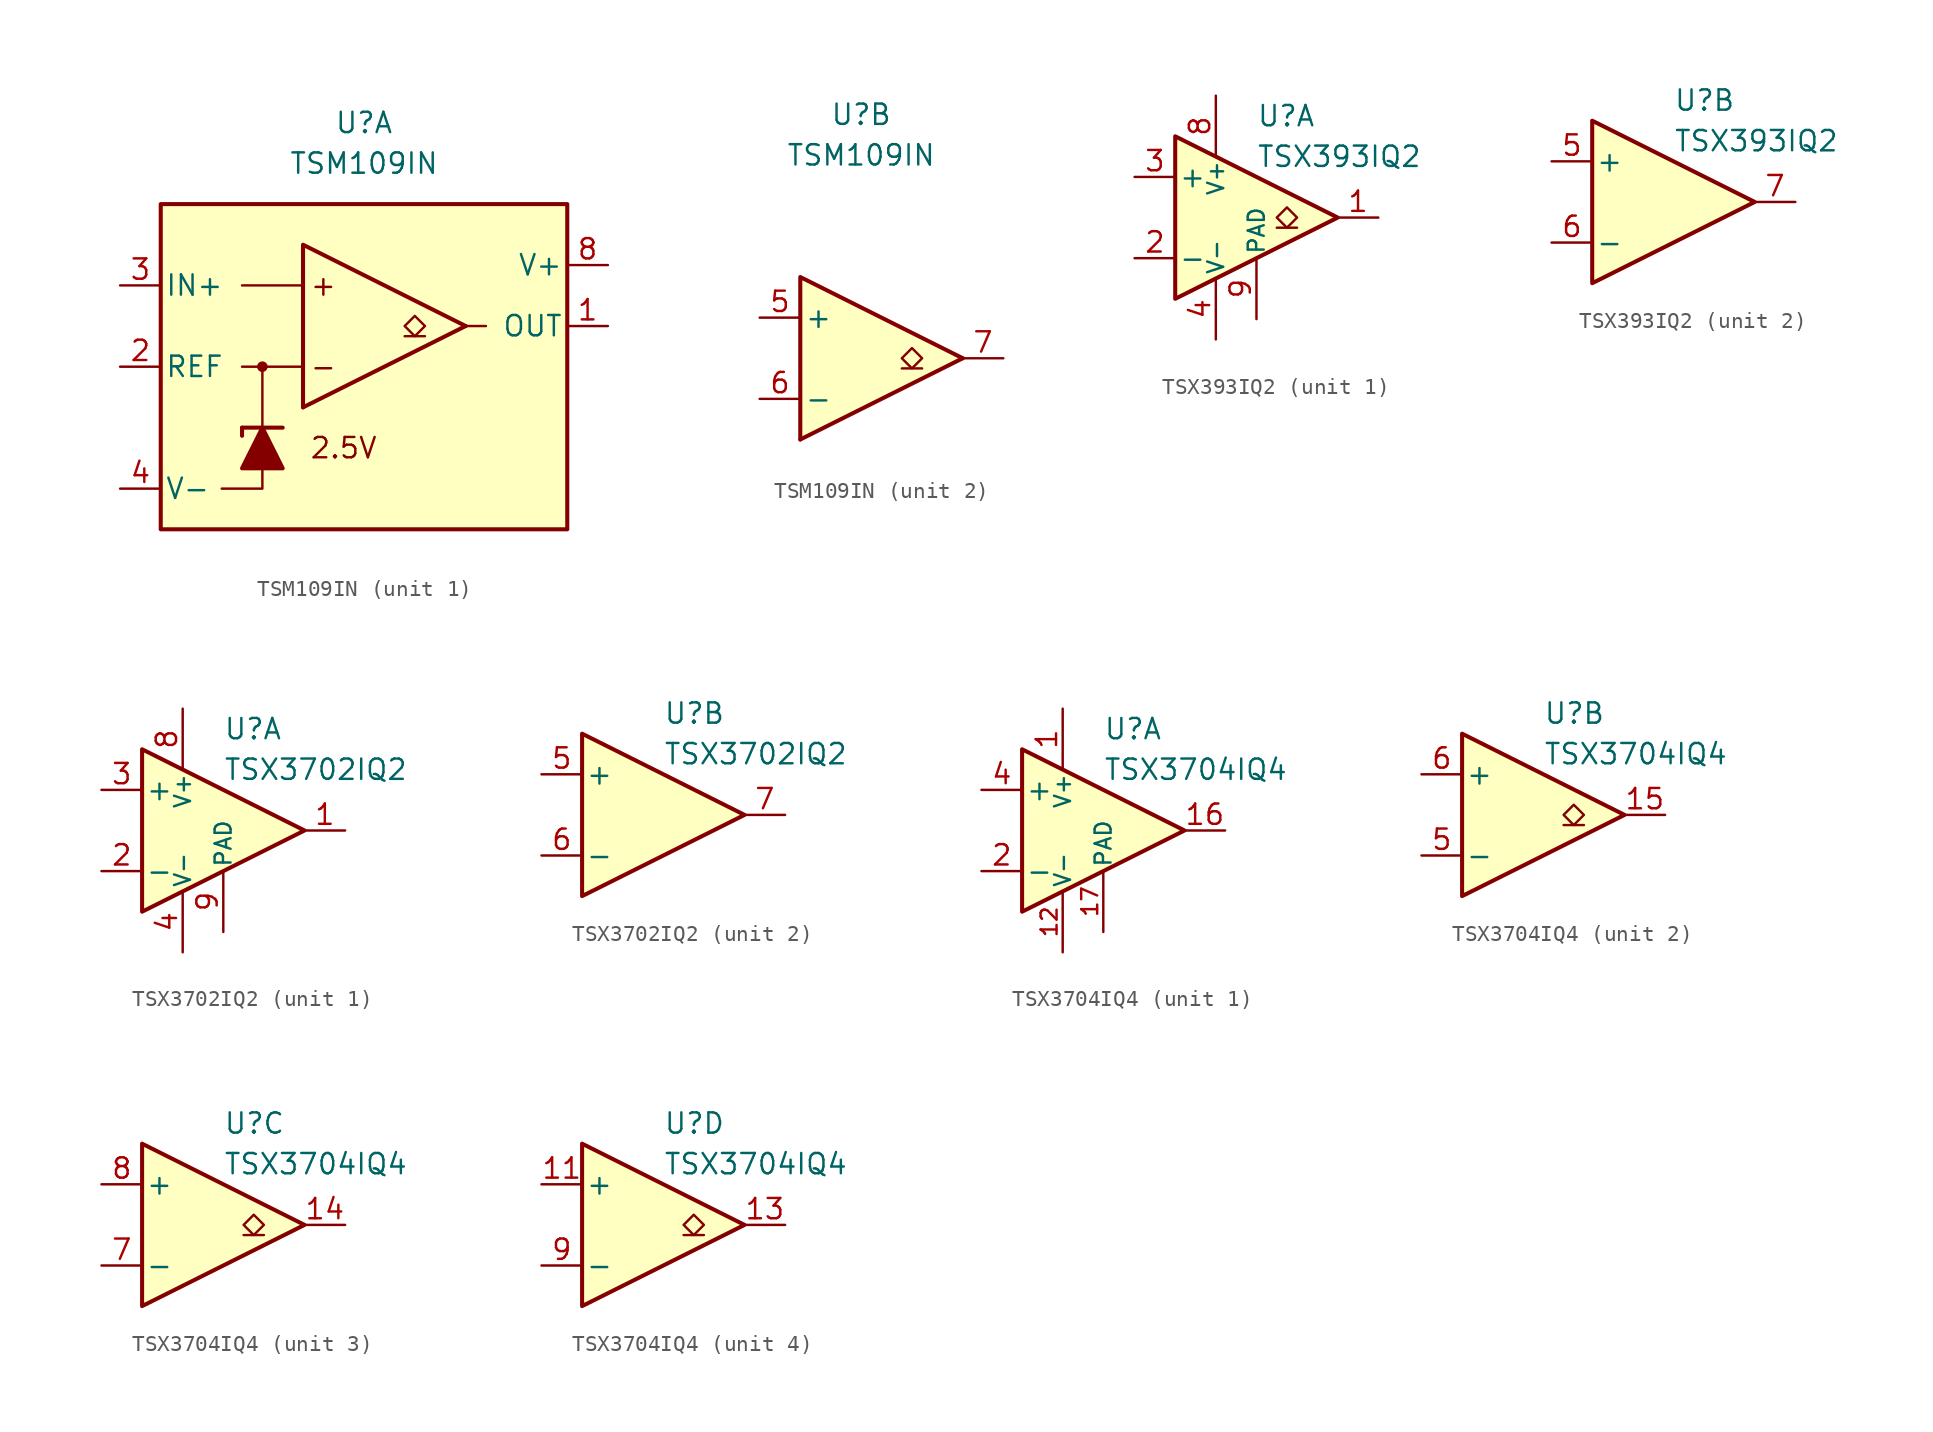
<source format=kicad_sym>
(kicad_symbol_lib
  (version 20211014)
  (generator kicad_symbol_editor)
  (symbol "TSM109IN"
    (pin_names
      (offset 0.254))
    (property "Reference" "U"
      (at 0 15.24 0)
      (effects (font (size 1.27 1.27))))
    (property "Value" "TSM109IN"
      (at 0 12.7 0)
      (effects (font (size 1.27 1.27))))
    (property "ki_locked" ""
      (at 0 0 0)
      (effects (font (size 1.27 1.27))))
    (symbol "TSM109IN_1_0"
      (circle (center -6.35 0) (radius 0.254) (stroke (width 0.152) (type default) (color 0 0 0 0)) (fill (type outline)))
      (polyline (pts (xy 6.35 2.54) (xy -3.81 -2.54)) (stroke (width 0.254) (type default) (color 0 0 0 0)) (fill (type none)))
      (polyline (pts (xy 6.35 2.54) (xy -3.81 7.62) (xy -3.81 -2.54)) (stroke (width 0.254) (type default) (color 0 0 0 0)) (fill (type background))))
    (symbol "TSM109IN_1_1"
      (rectangle (start -12.7 10.16) (end 12.7 -10.16) (stroke (width 0.254) (type default) (color 0 0 0 0)) (fill (type background)))
      (polyline (pts (xy -7.62 -3.81) (xy -7.62 -4.318)) (stroke (width 0.254) (type default) (color 0 0 0 0)) (fill (type none)))
      (polyline (pts (xy -7.62 -3.81) (xy -5.08 -3.81)) (stroke (width 0.254) (type default) (color 0 0 0 0)) (fill (type none)))
      (polyline (pts (xy -6.35 -3.81) (xy -6.35 0)) (stroke (width 0.152) (type default) (color 0 0 0 0)) (fill (type none)))
      (polyline (pts (xy -3.81 0) (xy -7.62 0)) (stroke (width 0) (type default) (color 0 0 0 0)) (fill (type none)))
      (polyline (pts (xy -3.81 5.08) (xy -7.62 5.08)) (stroke (width 0) (type default) (color 0 0 0 0)) (fill (type none)))
      (polyline (pts (xy 3.81 1.905) (xy 2.54 1.905)) (stroke (width 0.152) (type default) (color 0 0 0 0)) (fill (type none)))
      (polyline (pts (xy 6.35 2.54) (xy 7.62 2.54)) (stroke (width 0) (type default) (color 0 0 0 0)) (fill (type none)))
      (polyline (pts (xy -6.35 -6.35) (xy -6.35 -7.62) (xy -8.89 -7.62)) (stroke (width 0) (type default) (color 0 0 0 0)) (fill (type none)))
      (polyline (pts (xy -5.08 -6.35) (xy -7.62 -6.35) (xy -6.35 -3.81) (xy -5.08 -6.35)) (stroke (width 0.254) (type default) (color 0 0 0 0)) (fill (type outline)))
      (polyline (pts (xy 3.175 1.905) (xy 2.54 2.54) (xy 3.175 3.175) (xy 3.81 2.54) (xy 3.175 1.905)) (stroke (width 0.152) (type default) (color 0 0 0 0)) (fill (type none)))
      (text "+" (at -2.54 5.08 0) (effects (font (size 1.27 1.27))))
      (text "-" (at -2.54 0 0) (effects (font (size 1.27 1.27))))
      (text "2.5V" (at -1.27 -5.08 0) (effects (font (size 1.27 1.27))))
      (pin output line (at 15.24 2.54 180) (length 2.54) (name "OUT" (effects (font (size 1.27 1.27)))) (number "1" (effects (font (size 1.27 1.27)))))
      (pin output line (at -15.24 0 0) (length 2.54) (name "REF" (effects (font (size 1.27 1.27)))) (number "2" (effects (font (size 1.27 1.27)))))
      (pin input line (at -15.24 5.08 0) (length 2.54) (name "IN+" (effects (font (size 1.27 1.27)))) (number "3" (effects (font (size 1.27 1.27)))))
      (pin power_in line (at -15.24 -7.62 0) (length 2.54) (name "V-" (effects (font (size 1.27 1.27)))) (number "4" (effects (font (size 1.27 1.27)))))
      (pin power_in line (at 15.24 6.35 180) (length 2.54) (name "V+" (effects (font (size 1.27 1.27)))) (number "8" (effects (font (size 1.27 1.27))))))
    (symbol "TSM109IN_2_0"
      (polyline (pts (xy 6.35 0) (xy -3.81 -5.08)) (stroke (width 0.254) (type default) (color 0 0 0 0)) (fill (type none)))
      (polyline (pts (xy 6.35 0) (xy -3.81 5.08) (xy -3.81 -5.08)) (stroke (width 0.254) (type default) (color 0 0 0 0)) (fill (type background))))
    (symbol "TSM109IN_2_1"
      (polyline (pts (xy 3.81 -0.635) (xy 2.54 -0.635)) (stroke (width 0.152) (type default) (color 0 0 0 0)) (fill (type none)))
      (polyline (pts (xy 3.175 -0.635) (xy 2.54 0) (xy 3.175 0.635) (xy 3.81 0) (xy 3.175 -0.635)) (stroke (width 0.152) (type default) (color 0 0 0 0)) (fill (type none)))
      (pin input line (at -6.35 2.54 0) (length 2.54) (name "+" (effects (font (size 1.27 1.27)))) (number "5" (effects (font (size 1.27 1.27)))))
      (pin input line (at -6.35 -2.54 0) (length 2.54) (name "-" (effects (font (size 1.27 1.27)))) (number "6" (effects (font (size 1.27 1.27)))))
      (pin output line (at 8.89 0 180) (length 2.54) (name "~" (effects (font (size 1.27 1.27)))) (number "7" (effects (font (size 1.27 1.27)))))))
  (symbol "TSX393IQ2"
    (pin_names
      (offset 0.2))
    (property "Reference" "U"
      (at 1.27 6.35 0)
      (effects (font (size 1.27 1.27)) (justify left)))
    (property "Value" "TSX393IQ2"
      (at 1.27 3.81 0)
      (effects (font (size 1.27 1.27)) (justify left)))
    (property "ki_locked" ""
      (at 0 0 0)
      (effects (font (size 1.27 1.27))))
    (symbol "TSX393IQ2_0_1"
      (polyline (pts (xy -3.81 5.08) (xy -3.81 -5.08) (xy 6.35 0) (xy -3.81 5.08)) (stroke (width 0.254) (type default) (color 0 0 0 0)) (fill (type background))))
    (symbol "TSX393IQ2_1_1"
      (polyline (pts (xy 3.81 -0.635) (xy 2.54 -0.635)) (stroke (width 0.152) (type default) (color 0 0 0 0)) (fill (type none)))
      (polyline (pts (xy 3.175 -0.635) (xy 2.54 0) (xy 3.175 0.635) (xy 3.81 0) (xy 3.175 -0.635)) (stroke (width 0.152) (type default) (color 0 0 0 0)) (fill (type none)))
      (pin output line (at 8.89 0 180) (length 2.54) (name "~" (effects (font (size 1.27 1.27)))) (number "1" (effects (font (size 1.27 1.27)))))
      (pin input line (at -6.35 -2.54 0) (length 2.54) (name "-" (effects (font (size 1.27 1.27)))) (number "2" (effects (font (size 1.27 1.27)))))
      (pin input line (at -6.35 2.54 0) (length 2.54) (name "+" (effects (font (size 1.27 1.27)))) (number "3" (effects (font (size 1.27 1.27)))))
      (pin power_in line (at -1.27 -7.62 90) (length 3.81) (name "V-" (effects (font (size 1 1)))) (number "4" (effects (font (size 1.27 1.27)))))
      (pin power_in line (at -1.27 7.62 270) (length 3.81) (name "V+" (effects (font (size 1 1)))) (number "8" (effects (font (size 1.27 1.27)))))
      (pin power_in line (at 1.27 -6.35 90) (length 3.81) (name "PAD" (effects (font (size 1 1)))) (number "9" (effects (font (size 1.27 1.27))))))
    (symbol "TSX393IQ2_2_1"
      (pin input line (at -6.35 2.54 0) (length 2.54) (name "+" (effects (font (size 1.27 1.27)))) (number "5" (effects (font (size 1.27 1.27)))))
      (pin input line (at -6.35 -2.54 0) (length 2.54) (name "-" (effects (font (size 1.27 1.27)))) (number "6" (effects (font (size 1.27 1.27)))))
      (pin output line (at 8.89 0 180) (length 2.54) (name "~" (effects (font (size 1.27 1.27)))) (number "7" (effects (font (size 1.27 1.27)))))))
  (symbol "TSX3702IQ2"
    (pin_names
      (offset 0.2))
    (property "Reference" "U"
      (at 1.27 6.35 0)
      (effects (font (size 1.27 1.27)) (justify left)))
    (property "Value" "TSX3702IQ2"
      (at 1.27 3.81 0)
      (effects (font (size 1.27 1.27)) (justify left)))
    (property "ki_locked" ""
      (at 0 0 0)
      (effects (font (size 1.27 1.27))))
    (symbol "TSX3702IQ2_0_1"
      (polyline (pts (xy -3.81 5.08) (xy -3.81 -5.08) (xy 6.35 0) (xy -3.81 5.08)) (stroke (width 0.254) (type default) (color 0 0 0 0)) (fill (type background))))
    (symbol "TSX3702IQ2_1_1"
      (pin output line (at 8.89 0 180) (length 2.54) (name "~" (effects (font (size 1.27 1.27)))) (number "1" (effects (font (size 1.27 1.27)))))
      (pin input line (at -6.35 -2.54 0) (length 2.54) (name "-" (effects (font (size 1.27 1.27)))) (number "2" (effects (font (size 1.27 1.27)))))
      (pin input line (at -6.35 2.54 0) (length 2.54) (name "+" (effects (font (size 1.27 1.27)))) (number "3" (effects (font (size 1.27 1.27)))))
      (pin power_in line (at -1.27 -7.62 90) (length 3.81) (name "V-" (effects (font (size 1 1)))) (number "4" (effects (font (size 1.27 1.27)))))
      (pin power_in line (at -1.27 7.62 270) (length 3.81) (name "V+" (effects (font (size 1 1)))) (number "8" (effects (font (size 1.27 1.27)))))
      (pin power_in line (at 1.27 -6.35 90) (length 3.81) (name "PAD" (effects (font (size 1 1)))) (number "9" (effects (font (size 1.27 1.27))))))
    (symbol "TSX3702IQ2_2_1"
      (pin input line (at -6.35 2.54 0) (length 2.54) (name "+" (effects (font (size 1.27 1.27)))) (number "5" (effects (font (size 1.27 1.27)))))
      (pin input line (at -6.35 -2.54 0) (length 2.54) (name "-" (effects (font (size 1.27 1.27)))) (number "6" (effects (font (size 1.27 1.27)))))
      (pin output line (at 8.89 0 180) (length 2.54) (name "~" (effects (font (size 1.27 1.27)))) (number "7" (effects (font (size 1.27 1.27)))))))
  (symbol "TSX3704IQ4"
    (pin_names
      (offset 0.2))
    (property "Reference" "U"
      (at 1.27 6.35 0)
      (effects (font (size 1.27 1.27)) (justify left)))
    (property "Value" "TSX3704IQ4"
      (at 1.27 3.81 0)
      (effects (font (size 1.27 1.27)) (justify left)))
    (property "ki_locked" ""
      (at 0 0 0)
      (effects (font (size 1.27 1.27))))
    (symbol "TSX3704IQ4_0_1"
      (polyline (pts (xy -3.81 5.08) (xy -3.81 -5.08) (xy 6.35 0) (xy -3.81 5.08)) (stroke (width 0.254) (type default) (color 0 0 0 0)) (fill (type background))))
    (symbol "TSX3704IQ4_1_1"
      (pin power_in line (at -1.27 7.62 270) (length 3.81) (name "V+" (effects (font (size 1 1)))) (number "1" (effects (font (size 1.27 1.27)))))
      (pin no_connect line (at -2.54 -1.27 0) (length 2.54) hide (name "NC" (effects (font (size 1.27 1.27)))) (number "10" (effects (font (size 1.27 1.27)))))
      (pin power_in line (at -1.27 -7.62 90) (length 3.81) (name "V-" (effects (font (size 1 1)))) (number "12" (effects (font (size 1 1)))))
      (pin output line (at 8.89 0 180) (length 2.54) (name "~" (effects (font (size 1.27 1.27)))) (number "16" (effects (font (size 1.27 1.27)))))
      (pin power_in line (at 1.27 -6.35 90) (length 3.81) (name "PAD" (effects (font (size 1 1)))) (number "17" (effects (font (size 1 1)))))
      (pin input line (at -6.35 -2.54 0) (length 2.54) (name "-" (effects (font (size 1.27 1.27)))) (number "2" (effects (font (size 1.27 1.27)))))
      (pin no_connect line (at -2.54 1.27 0) (length 2.54) hide (name "NC" (effects (font (size 1.27 1.27)))) (number "3" (effects (font (size 1.27 1.27)))))
      (pin input line (at -6.35 2.54 0) (length 2.54) (name "+" (effects (font (size 1.27 1.27)))) (number "4" (effects (font (size 1.27 1.27))))))
    (symbol "TSX3704IQ4_2_1"
      (polyline (pts (xy 3.81 -0.635) (xy 2.54 -0.635)) (stroke (width 0.152) (type default) (color 0 0 0 0)) (fill (type none)))
      (polyline (pts (xy 3.175 -0.635) (xy 2.54 0) (xy 3.175 0.635) (xy 3.81 0) (xy 3.175 -0.635)) (stroke (width 0.152) (type default) (color 0 0 0 0)) (fill (type none)))
      (pin output line (at 8.89 0 180) (length 2.54) (name "~" (effects (font (size 1.27 1.27)))) (number "15" (effects (font (size 1.27 1.27)))))
      (pin input line (at -6.35 -2.54 0) (length 2.54) (name "-" (effects (font (size 1.27 1.27)))) (number "5" (effects (font (size 1.27 1.27)))))
      (pin input line (at -6.35 2.54 0) (length 2.54) (name "+" (effects (font (size 1.27 1.27)))) (number "6" (effects (font (size 1.27 1.27))))))
    (symbol "TSX3704IQ4_3_1"
      (polyline (pts (xy 3.81 -0.635) (xy 2.54 -0.635)) (stroke (width 0.152) (type default) (color 0 0 0 0)) (fill (type none)))
      (polyline (pts (xy 3.175 -0.635) (xy 2.54 0) (xy 3.175 0.635) (xy 3.81 0) (xy 3.175 -0.635)) (stroke (width 0.152) (type default) (color 0 0 0 0)) (fill (type none)))
      (pin output line (at 8.89 0 180) (length 2.54) (name "~" (effects (font (size 1.27 1.27)))) (number "14" (effects (font (size 1.27 1.27)))))
      (pin input line (at -6.35 -2.54 0) (length 2.54) (name "-" (effects (font (size 1.27 1.27)))) (number "7" (effects (font (size 1.27 1.27)))))
      (pin input line (at -6.35 2.54 0) (length 2.54) (name "+" (effects (font (size 1.27 1.27)))) (number "8" (effects (font (size 1.27 1.27))))))
    (symbol "TSX3704IQ4_4_1"
      (polyline (pts (xy 3.81 -0.635) (xy 2.54 -0.635)) (stroke (width 0.152) (type default) (color 0 0 0 0)) (fill (type none)))
      (polyline (pts (xy 3.175 -0.635) (xy 2.54 0) (xy 3.175 0.635) (xy 3.81 0) (xy 3.175 -0.635)) (stroke (width 0.152) (type default) (color 0 0 0 0)) (fill (type none)))
      (pin input line (at -6.35 2.54 0) (length 2.54) (name "+" (effects (font (size 1.27 1.27)))) (number "11" (effects (font (size 1.27 1.27)))))
      (pin output line (at 8.89 0 180) (length 2.54) (name "~" (effects (font (size 1.27 1.27)))) (number "13" (effects (font (size 1.27 1.27)))))
      (pin input line (at -6.35 -2.54 0) (length 2.54) (name "-" (effects (font (size 1.27 1.27)))) (number "9" (effects (font (size 1.27 1.27))))))))
</source>
